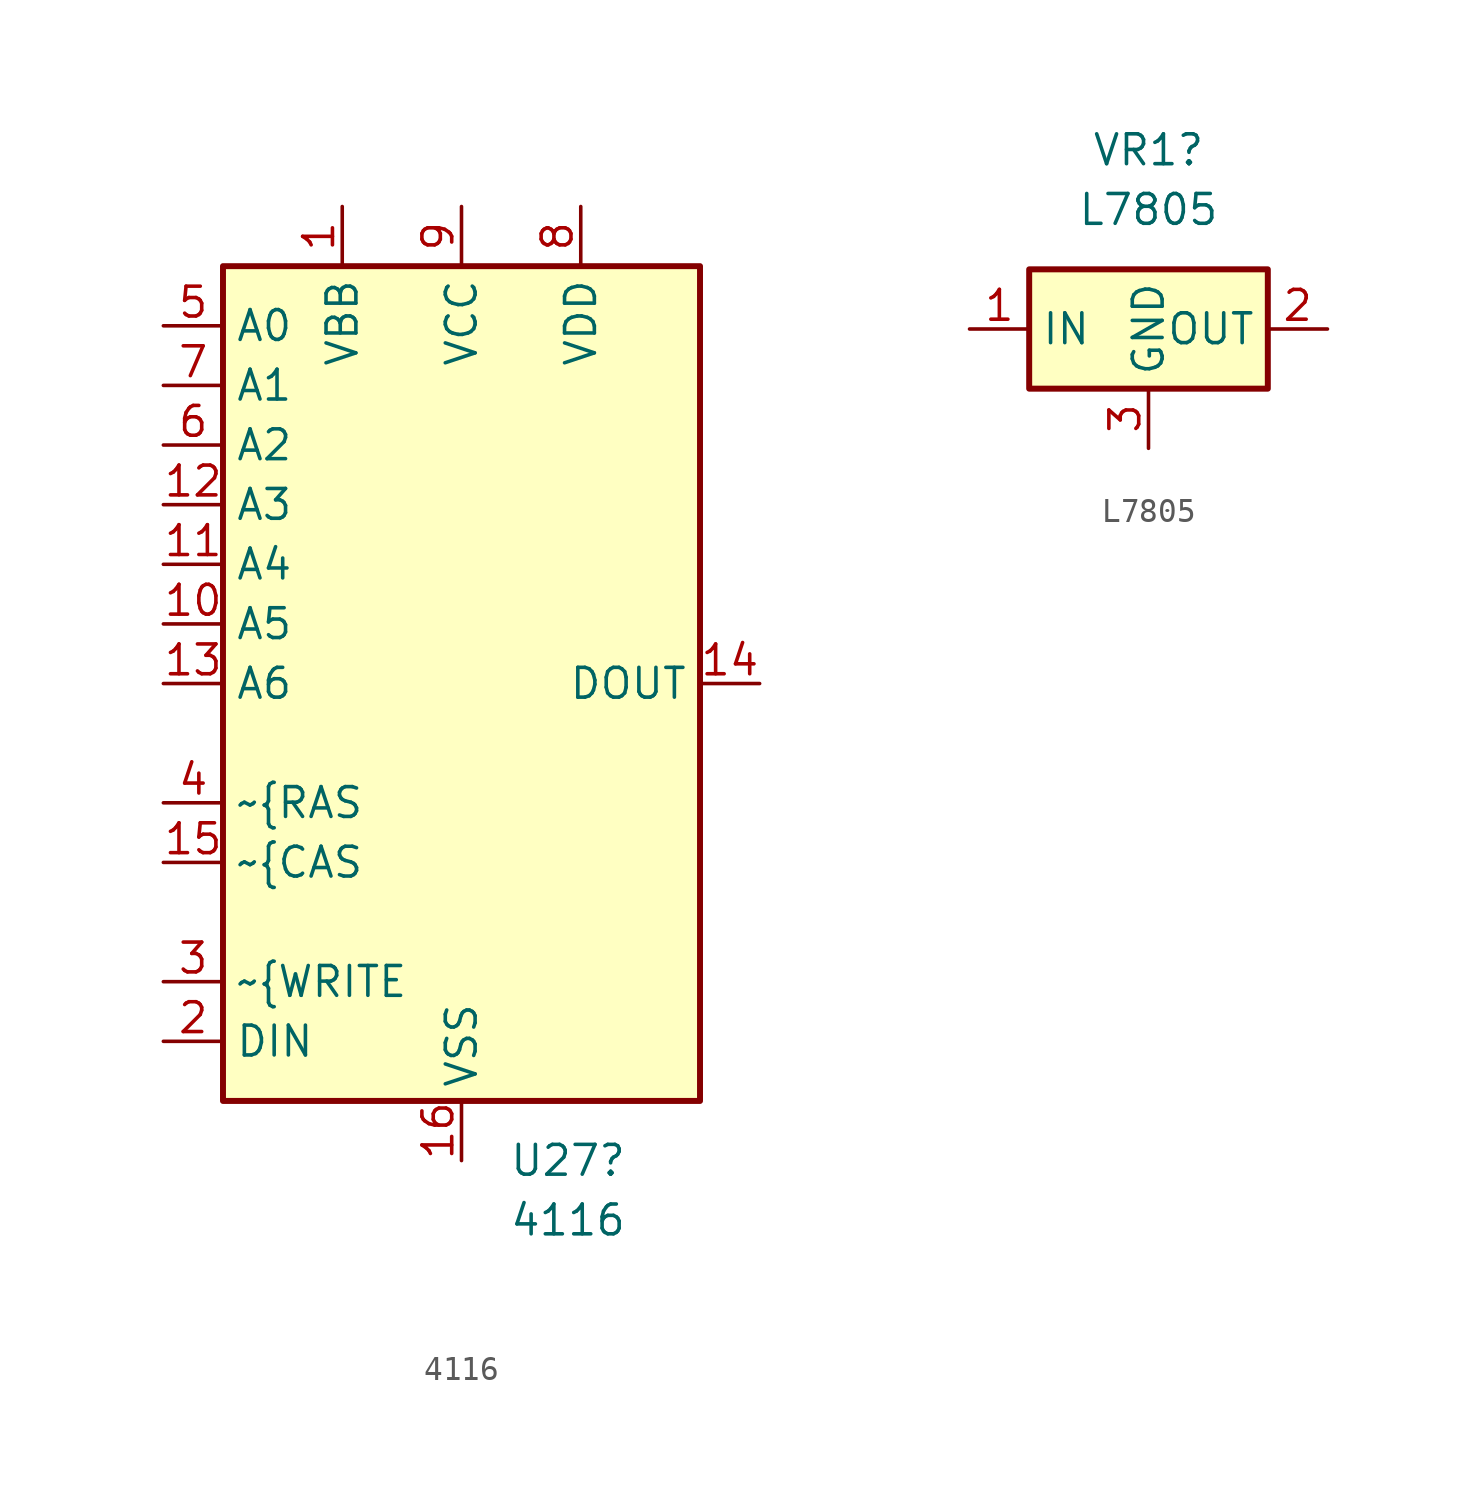
<source format=kicad_sym>
(kicad_symbol_lib
  (version 20211014)
  (generator kicad_symbol_editor)
  (symbol "4116"
    (property "Reference" "U27"
      (at 2.019 -20.32 0)
      (effects (font (size 1.27 1.27)) (justify left)))
    (property "Value" "4116"
      (at 2.019 -22.86 0)
      (effects (font (size 1.27 1.27)) (justify left)))
    (symbol "4116_0_1"
      (rectangle (start -10.16 17.78) (end 10.16 -17.78) (stroke (width 0.254) (type default) (color 0 0 0 0)) (fill (type background))))
    (symbol "4116_1_1"
      (pin power_in line (at -5.08 20.32 270) (length 2.54) (name "VBB" (effects (font (size 1.27 1.27)))) (number "1" (effects (font (size 1.27 1.27)))))
      (pin input line (at -12.7 2.54 0) (length 2.54) (name "A5" (effects (font (size 1.27 1.27)))) (number "10" (effects (font (size 1.27 1.27)))))
      (pin input line (at -12.7 5.08 0) (length 2.54) (name "A4" (effects (font (size 1.27 1.27)))) (number "11" (effects (font (size 1.27 1.27)))))
      (pin input line (at -12.7 7.62 0) (length 2.54) (name "A3" (effects (font (size 1.27 1.27)))) (number "12" (effects (font (size 1.27 1.27)))))
      (pin input line (at -12.7 0 0) (length 2.54) (name "A6" (effects (font (size 1.27 1.27)))) (number "13" (effects (font (size 1.27 1.27)))))
      (pin tri_state line (at 12.7 0 180) (length 2.54) (name "DOUT" (effects (font (size 1.27 1.27)))) (number "14" (effects (font (size 1.27 1.27)))))
      (pin input line (at -12.7 -7.62 0) (length 2.54) (name "~{CAS" (effects (font (size 1.27 1.27)))) (number "15" (effects (font (size 1.27 1.27)))))
      (pin power_in line (at 0 -20.32 90) (length 2.54) (name "VSS" (effects (font (size 1.27 1.27)))) (number "16" (effects (font (size 1.27 1.27)))))
      (pin input line (at -12.7 -15.24 0) (length 2.54) (name "DIN" (effects (font (size 1.27 1.27)))) (number "2" (effects (font (size 1.27 1.27)))))
      (pin input line (at -12.7 -12.7 0) (length 2.54) (name "~{WRITE" (effects (font (size 1.27 1.27)))) (number "3" (effects (font (size 1.27 1.27)))))
      (pin input line (at -12.7 -5.08 0) (length 2.54) (name "~{RAS" (effects (font (size 1.27 1.27)))) (number "4" (effects (font (size 1.27 1.27)))))
      (pin input line (at -12.7 15.24 0) (length 2.54) (name "A0" (effects (font (size 1.27 1.27)))) (number "5" (effects (font (size 1.27 1.27)))))
      (pin input line (at -12.7 10.16 0) (length 2.54) (name "A2" (effects (font (size 1.27 1.27)))) (number "6" (effects (font (size 1.27 1.27)))))
      (pin input line (at -12.7 12.7 0) (length 2.54) (name "A1" (effects (font (size 1.27 1.27)))) (number "7" (effects (font (size 1.27 1.27)))))
      (pin power_in line (at 5.08 20.32 270) (length 2.54) (name "VDD" (effects (font (size 1.27 1.27)))) (number "8" (effects (font (size 1.27 1.27)))))
      (pin power_in line (at 0 20.32 270) (length 2.54) (name "VCC" (effects (font (size 1.27 1.27)))) (number "9" (effects (font (size 1.27 1.27)))))))
  (symbol "L7805"
    (property "Reference" "VR1"
      (at 0 7.62 0)
      (effects (font (size 1.27 1.27))))
    (property "Value" "L7805"
      (at 0 5.08 0)
      (effects (font (size 1.27 1.27))))
    (symbol "L7805_0_1"
      (rectangle (start -5.08 2.54) (end 5.08 -2.54) (stroke (width 0.254) (type default) (color 0 0 0 0)) (fill (type background))))
    (symbol "L7805_1_1"
      (pin power_in line (at -7.62 0 0) (length 2.54) (name "IN" (effects (font (size 1.27 1.27)))) (number "1" (effects (font (size 1.27 1.27)))))
      (pin power_out line (at 7.62 0 180) (length 2.54) (name "OUT" (effects (font (size 1.27 1.27)))) (number "2" (effects (font (size 1.27 1.27)))))
      (pin power_in line (at 0 -5.08 90) (length 2.54) (name "GND" (effects (font (size 1.27 1.27)))) (number "3" (effects (font (size 1.27 1.27))))))))
</source>
